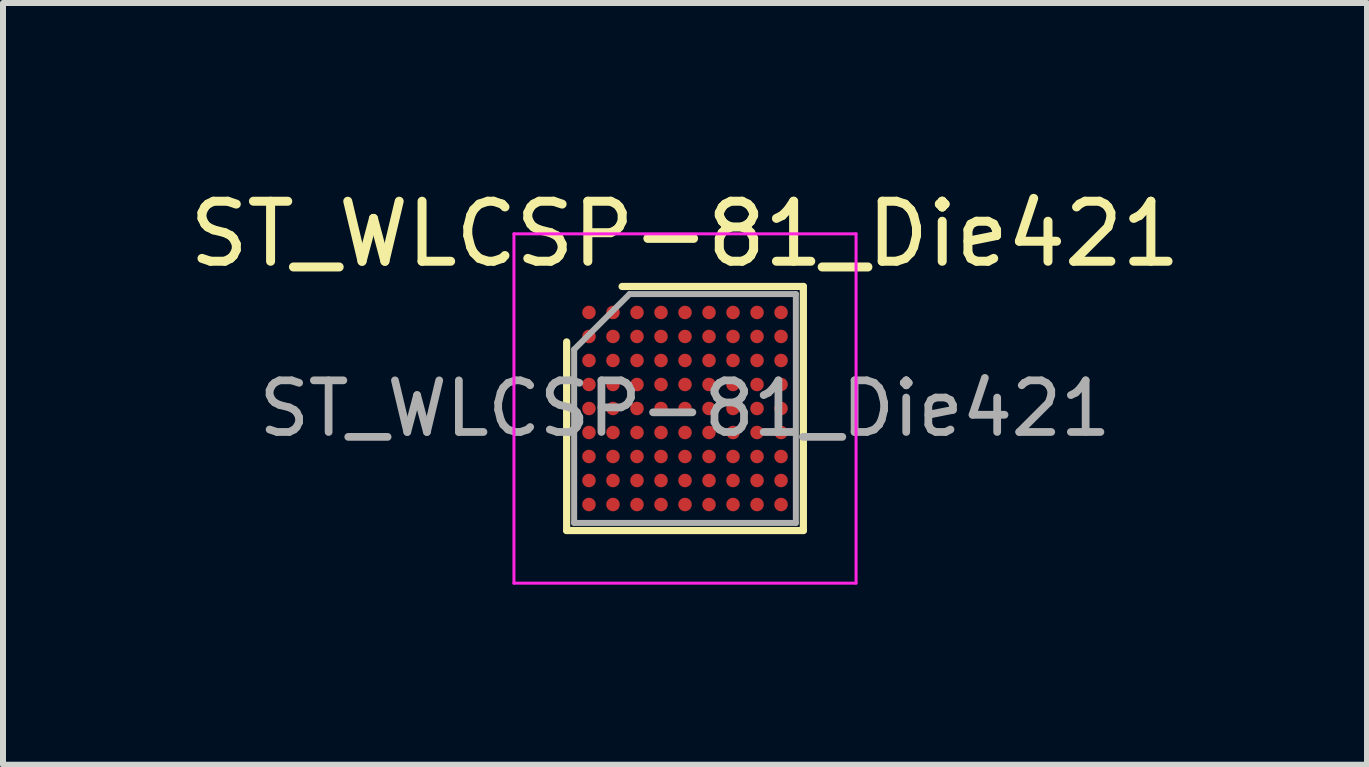
<source format=kicad_pcb>
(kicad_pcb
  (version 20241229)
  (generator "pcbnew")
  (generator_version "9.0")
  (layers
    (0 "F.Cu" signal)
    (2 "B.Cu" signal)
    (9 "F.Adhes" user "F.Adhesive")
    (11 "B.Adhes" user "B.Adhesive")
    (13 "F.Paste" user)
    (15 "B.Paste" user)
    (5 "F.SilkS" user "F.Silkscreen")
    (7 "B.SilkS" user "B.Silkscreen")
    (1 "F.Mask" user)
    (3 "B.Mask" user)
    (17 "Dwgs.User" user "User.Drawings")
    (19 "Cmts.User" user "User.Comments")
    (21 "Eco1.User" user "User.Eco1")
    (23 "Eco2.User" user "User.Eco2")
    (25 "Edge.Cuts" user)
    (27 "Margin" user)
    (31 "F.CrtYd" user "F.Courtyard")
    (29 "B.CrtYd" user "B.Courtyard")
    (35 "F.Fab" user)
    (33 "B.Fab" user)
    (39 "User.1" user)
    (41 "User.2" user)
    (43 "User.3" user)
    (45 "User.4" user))
  (footprint "ST_WLCSP-81_Die421"
    (layer "F.Cu")
    (at 8.363 3.756)
    (property "Reference" "ST_WLCSP-81_Die421" (at 0 -2.908 0) (layer "F.SilkS") (effects (font (size 1 1) (thickness 0.15))))
    (attr smd)
    (fp_line (start -1.972 2.033) (end -1.972 -1.109) (stroke (width 0.12) (type solid)) (layer "F.SilkS"))
    (fp_line (start -1.048 -2.033) (end 1.972 -2.033) (stroke (width 0.12) (type solid)) (layer "F.SilkS"))
    (fp_line (start 1.972 -2.033) (end 1.972 2.033) (stroke (width 0.12) (type solid)) (layer "F.SilkS"))
    (fp_line (start 1.972 2.033) (end -1.972 2.033) (stroke (width 0.12) (type solid)) (layer "F.SilkS"))
    (fp_line (start -2.85 -2.91) (end -2.85 2.91) (stroke (width 0.05) (type solid)) (layer "F.CrtYd"))
    (fp_line (start -2.85 2.91) (end 2.85 2.91) (stroke (width 0.05) (type solid)) (layer "F.CrtYd"))
    (fp_line (start 2.85 -2.91) (end -2.85 -2.91) (stroke (width 0.05) (type solid)) (layer "F.CrtYd"))
    (fp_line (start 2.85 2.91) (end 2.85 -2.91) (stroke (width 0.05) (type solid)) (layer "F.CrtYd"))
    (fp_line (start -1.847 -0.984) (end -0.923 -1.907) (stroke (width 0.1) (type solid)) (layer "F.Fab"))
    (fp_line (start -1.847 1.907) (end -1.847 -0.984) (stroke (width 0.1) (type solid)) (layer "F.Fab"))
    (fp_line (start -0.923 -1.907) (end 1.847 -1.907) (stroke (width 0.1) (type solid)) (layer "F.Fab"))
    (fp_line (start 1.847 -1.907) (end 1.847 1.907) (stroke (width 0.1) (type solid)) (layer "F.Fab"))
    (fp_line (start 1.847 1.907) (end -1.847 1.907) (stroke (width 0.1) (type solid)) (layer "F.Fab"))
    (fp_text user "${REFERENCE}" (at 0 0 0) (layer "F.Fab") (effects (font (size 0.86 0.86) (thickness 0.129))))
    (pad "A1" smd circle (at -1.6 -1.6) (size 0.225 0.225) (layers "F.Cu" "F.Mask" "F.Paste"))
    (pad "A2" smd circle (at -1.2 -1.6) (size 0.225 0.225) (layers "F.Cu" "F.Mask" "F.Paste"))
    (pad "A3" smd circle (at -0.8 -1.6) (size 0.225 0.225) (layers "F.Cu" "F.Mask" "F.Paste"))
    (pad "A4" smd circle (at -0.4 -1.6) (size 0.225 0.225) (layers "F.Cu" "F.Mask" "F.Paste"))
    (pad "A5" smd circle (at 0 -1.6) (size 0.225 0.225) (layers "F.Cu" "F.Mask" "F.Paste"))
    (pad "A6" smd circle (at 0.4 -1.6) (size 0.225 0.225) (layers "F.Cu" "F.Mask" "F.Paste"))
    (pad "A7" smd circle (at 0.8 -1.6) (size 0.225 0.225) (layers "F.Cu" "F.Mask" "F.Paste"))
    (pad "A8" smd circle (at 1.2 -1.6) (size 0.225 0.225) (layers "F.Cu" "F.Mask" "F.Paste"))
    (pad "A9" smd circle (at 1.6 -1.6) (size 0.225 0.225) (layers "F.Cu" "F.Mask" "F.Paste"))
    (pad "B1" smd circle (at -1.6 -1.2) (size 0.225 0.225) (layers "F.Cu" "F.Mask" "F.Paste"))
    (pad "B2" smd circle (at -1.2 -1.2) (size 0.225 0.225) (layers "F.Cu" "F.Mask" "F.Paste"))
    (pad "B3" smd circle (at -0.8 -1.2) (size 0.225 0.225) (layers "F.Cu" "F.Mask" "F.Paste"))
    (pad "B4" smd circle (at -0.4 -1.2) (size 0.225 0.225) (layers "F.Cu" "F.Mask" "F.Paste"))
    (pad "B5" smd circle (at 0 -1.2) (size 0.225 0.225) (layers "F.Cu" "F.Mask" "F.Paste"))
    (pad "B6" smd circle (at 0.4 -1.2) (size 0.225 0.225) (layers "F.Cu" "F.Mask" "F.Paste"))
    (pad "B7" smd circle (at 0.8 -1.2) (size 0.225 0.225) (layers "F.Cu" "F.Mask" "F.Paste"))
    (pad "B8" smd circle (at 1.2 -1.2) (size 0.225 0.225) (layers "F.Cu" "F.Mask" "F.Paste"))
    (pad "B9" smd circle (at 1.6 -1.2) (size 0.225 0.225) (layers "F.Cu" "F.Mask" "F.Paste"))
    (pad "C1" smd circle (at -1.6 -0.8) (size 0.225 0.225) (layers "F.Cu" "F.Mask" "F.Paste"))
    (pad "C2" smd circle (at -1.2 -0.8) (size 0.225 0.225) (layers "F.Cu" "F.Mask" "F.Paste"))
    (pad "C3" smd circle (at -0.8 -0.8) (size 0.225 0.225) (layers "F.Cu" "F.Mask" "F.Paste"))
    (pad "C4" smd circle (at -0.4 -0.8) (size 0.225 0.225) (layers "F.Cu" "F.Mask" "F.Paste"))
    (pad "C5" smd circle (at 0 -0.8) (size 0.225 0.225) (layers "F.Cu" "F.Mask" "F.Paste"))
    (pad "C6" smd circle (at 0.4 -0.8) (size 0.225 0.225) (layers "F.Cu" "F.Mask" "F.Paste"))
    (pad "C7" smd circle (at 0.8 -0.8) (size 0.225 0.225) (layers "F.Cu" "F.Mask" "F.Paste"))
    (pad "C8" smd circle (at 1.2 -0.8) (size 0.225 0.225) (layers "F.Cu" "F.Mask" "F.Paste"))
    (pad "C9" smd circle (at 1.6 -0.8) (size 0.225 0.225) (layers "F.Cu" "F.Mask" "F.Paste"))
    (pad "D1" smd circle (at -1.6 -0.4) (size 0.225 0.225) (layers "F.Cu" "F.Mask" "F.Paste"))
    (pad "D2" smd circle (at -1.2 -0.4) (size 0.225 0.225) (layers "F.Cu" "F.Mask" "F.Paste"))
    (pad "D3" smd circle (at -0.8 -0.4) (size 0.225 0.225) (layers "F.Cu" "F.Mask" "F.Paste"))
    (pad "D4" smd circle (at -0.4 -0.4) (size 0.225 0.225) (layers "F.Cu" "F.Mask" "F.Paste"))
    (pad "D5" smd circle (at 0 -0.4) (size 0.225 0.225) (layers "F.Cu" "F.Mask" "F.Paste"))
    (pad "D6" smd circle (at 0.4 -0.4) (size 0.225 0.225) (layers "F.Cu" "F.Mask" "F.Paste"))
    (pad "D7" smd circle (at 0.8 -0.4) (size 0.225 0.225) (layers "F.Cu" "F.Mask" "F.Paste"))
    (pad "D8" smd circle (at 1.2 -0.4) (size 0.225 0.225) (layers "F.Cu" "F.Mask" "F.Paste"))
    (pad "D9" smd circle (at 1.6 -0.4) (size 0.225 0.225) (layers "F.Cu" "F.Mask" "F.Paste"))
    (pad "E1" smd circle (at -1.6 0) (size 0.225 0.225) (layers "F.Cu" "F.Mask" "F.Paste"))
    (pad "E2" smd circle (at -1.2 0) (size 0.225 0.225) (layers "F.Cu" "F.Mask" "F.Paste"))
    (pad "E3" smd circle (at -0.8 0) (size 0.225 0.225) (layers "F.Cu" "F.Mask" "F.Paste"))
    (pad "E4" smd circle (at -0.4 0) (size 0.225 0.225) (layers "F.Cu" "F.Mask" "F.Paste"))
    (pad "E5" smd circle (at 0 0) (size 0.225 0.225) (layers "F.Cu" "F.Mask" "F.Paste"))
    (pad "E6" smd circle (at 0.4 0) (size 0.225 0.225) (layers "F.Cu" "F.Mask" "F.Paste"))
    (pad "E7" smd circle (at 0.8 0) (size 0.225 0.225) (layers "F.Cu" "F.Mask" "F.Paste"))
    (pad "E8" smd circle (at 1.2 0) (size 0.225 0.225) (layers "F.Cu" "F.Mask" "F.Paste"))
    (pad "E9" smd circle (at 1.6 0) (size 0.225 0.225) (layers "F.Cu" "F.Mask" "F.Paste"))
    (pad "F1" smd circle (at -1.6 0.4) (size 0.225 0.225) (layers "F.Cu" "F.Mask" "F.Paste"))
    (pad "F2" smd circle (at -1.2 0.4) (size 0.225 0.225) (layers "F.Cu" "F.Mask" "F.Paste"))
    (pad "F3" smd circle (at -0.8 0.4) (size 0.225 0.225) (layers "F.Cu" "F.Mask" "F.Paste"))
    (pad "F4" smd circle (at -0.4 0.4) (size 0.225 0.225) (layers "F.Cu" "F.Mask" "F.Paste"))
    (pad "F5" smd circle (at 0 0.4) (size 0.225 0.225) (layers "F.Cu" "F.Mask" "F.Paste"))
    (pad "F6" smd circle (at 0.4 0.4) (size 0.225 0.225) (layers "F.Cu" "F.Mask" "F.Paste"))
    (pad "F7" smd circle (at 0.8 0.4) (size 0.225 0.225) (layers "F.Cu" "F.Mask" "F.Paste"))
    (pad "F8" smd circle (at 1.2 0.4) (size 0.225 0.225) (layers "F.Cu" "F.Mask" "F.Paste"))
    (pad "F9" smd circle (at 1.6 0.4) (size 0.225 0.225) (layers "F.Cu" "F.Mask" "F.Paste"))
    (pad "G1" smd circle (at -1.6 0.8) (size 0.225 0.225) (layers "F.Cu" "F.Mask" "F.Paste"))
    (pad "G2" smd circle (at -1.2 0.8) (size 0.225 0.225) (layers "F.Cu" "F.Mask" "F.Paste"))
    (pad "G3" smd circle (at -0.8 0.8) (size 0.225 0.225) (layers "F.Cu" "F.Mask" "F.Paste"))
    (pad "G4" smd circle (at -0.4 0.8) (size 0.225 0.225) (layers "F.Cu" "F.Mask" "F.Paste"))
    (pad "G5" smd circle (at 0 0.8) (size 0.225 0.225) (layers "F.Cu" "F.Mask" "F.Paste"))
    (pad "G6" smd circle (at 0.4 0.8) (size 0.225 0.225) (layers "F.Cu" "F.Mask" "F.Paste"))
    (pad "G7" smd circle (at 0.8 0.8) (size 0.225 0.225) (layers "F.Cu" "F.Mask" "F.Paste"))
    (pad "G8" smd circle (at 1.2 0.8) (size 0.225 0.225) (layers "F.Cu" "F.Mask" "F.Paste"))
    (pad "G9" smd circle (at 1.6 0.8) (size 0.225 0.225) (layers "F.Cu" "F.Mask" "F.Paste"))
    (pad "H1" smd circle (at -1.6 1.2) (size 0.225 0.225) (layers "F.Cu" "F.Mask" "F.Paste"))
    (pad "H2" smd circle (at -1.2 1.2) (size 0.225 0.225) (layers "F.Cu" "F.Mask" "F.Paste"))
    (pad "H3" smd circle (at -0.8 1.2) (size 0.225 0.225) (layers "F.Cu" "F.Mask" "F.Paste"))
    (pad "H4" smd circle (at -0.4 1.2) (size 0.225 0.225) (layers "F.Cu" "F.Mask" "F.Paste"))
    (pad "H5" smd circle (at 0 1.2) (size 0.225 0.225) (layers "F.Cu" "F.Mask" "F.Paste"))
    (pad "H6" smd circle (at 0.4 1.2) (size 0.225 0.225) (layers "F.Cu" "F.Mask" "F.Paste"))
    (pad "H7" smd circle (at 0.8 1.2) (size 0.225 0.225) (layers "F.Cu" "F.Mask" "F.Paste"))
    (pad "H8" smd circle (at 1.2 1.2) (size 0.225 0.225) (layers "F.Cu" "F.Mask" "F.Paste"))
    (pad "H9" smd circle (at 1.6 1.2) (size 0.225 0.225) (layers "F.Cu" "F.Mask" "F.Paste"))
    (pad "J1" smd circle (at -1.6 1.6) (size 0.225 0.225) (layers "F.Cu" "F.Mask" "F.Paste"))
    (pad "J2" smd circle (at -1.2 1.6) (size 0.225 0.225) (layers "F.Cu" "F.Mask" "F.Paste"))
    (pad "J3" smd circle (at -0.8 1.6) (size 0.225 0.225) (layers "F.Cu" "F.Mask" "F.Paste"))
    (pad "J4" smd circle (at -0.4 1.6) (size 0.225 0.225) (layers "F.Cu" "F.Mask" "F.Paste"))
    (pad "J5" smd circle (at 0 1.6) (size 0.225 0.225) (layers "F.Cu" "F.Mask" "F.Paste"))
    (pad "J6" smd circle (at 0.4 1.6) (size 0.225 0.225) (layers "F.Cu" "F.Mask" "F.Paste"))
    (pad "J7" smd circle (at 0.8 1.6) (size 0.225 0.225) (layers "F.Cu" "F.Mask" "F.Paste"))
    (pad "J8" smd circle (at 1.2 1.6) (size 0.225 0.225) (layers "F.Cu" "F.Mask" "F.Paste"))
    (pad "J9" smd circle (at 1.6 1.6) (size 0.225 0.225) (layers "F.Cu" "F.Mask" "F.Paste")))
  (gr_rect
    (start -3 -3)
    (end 19.726 9.691)
    (stroke (width 0.1) (type default))
    (fill no)
    (layer "Edge.Cuts")))
</source>
